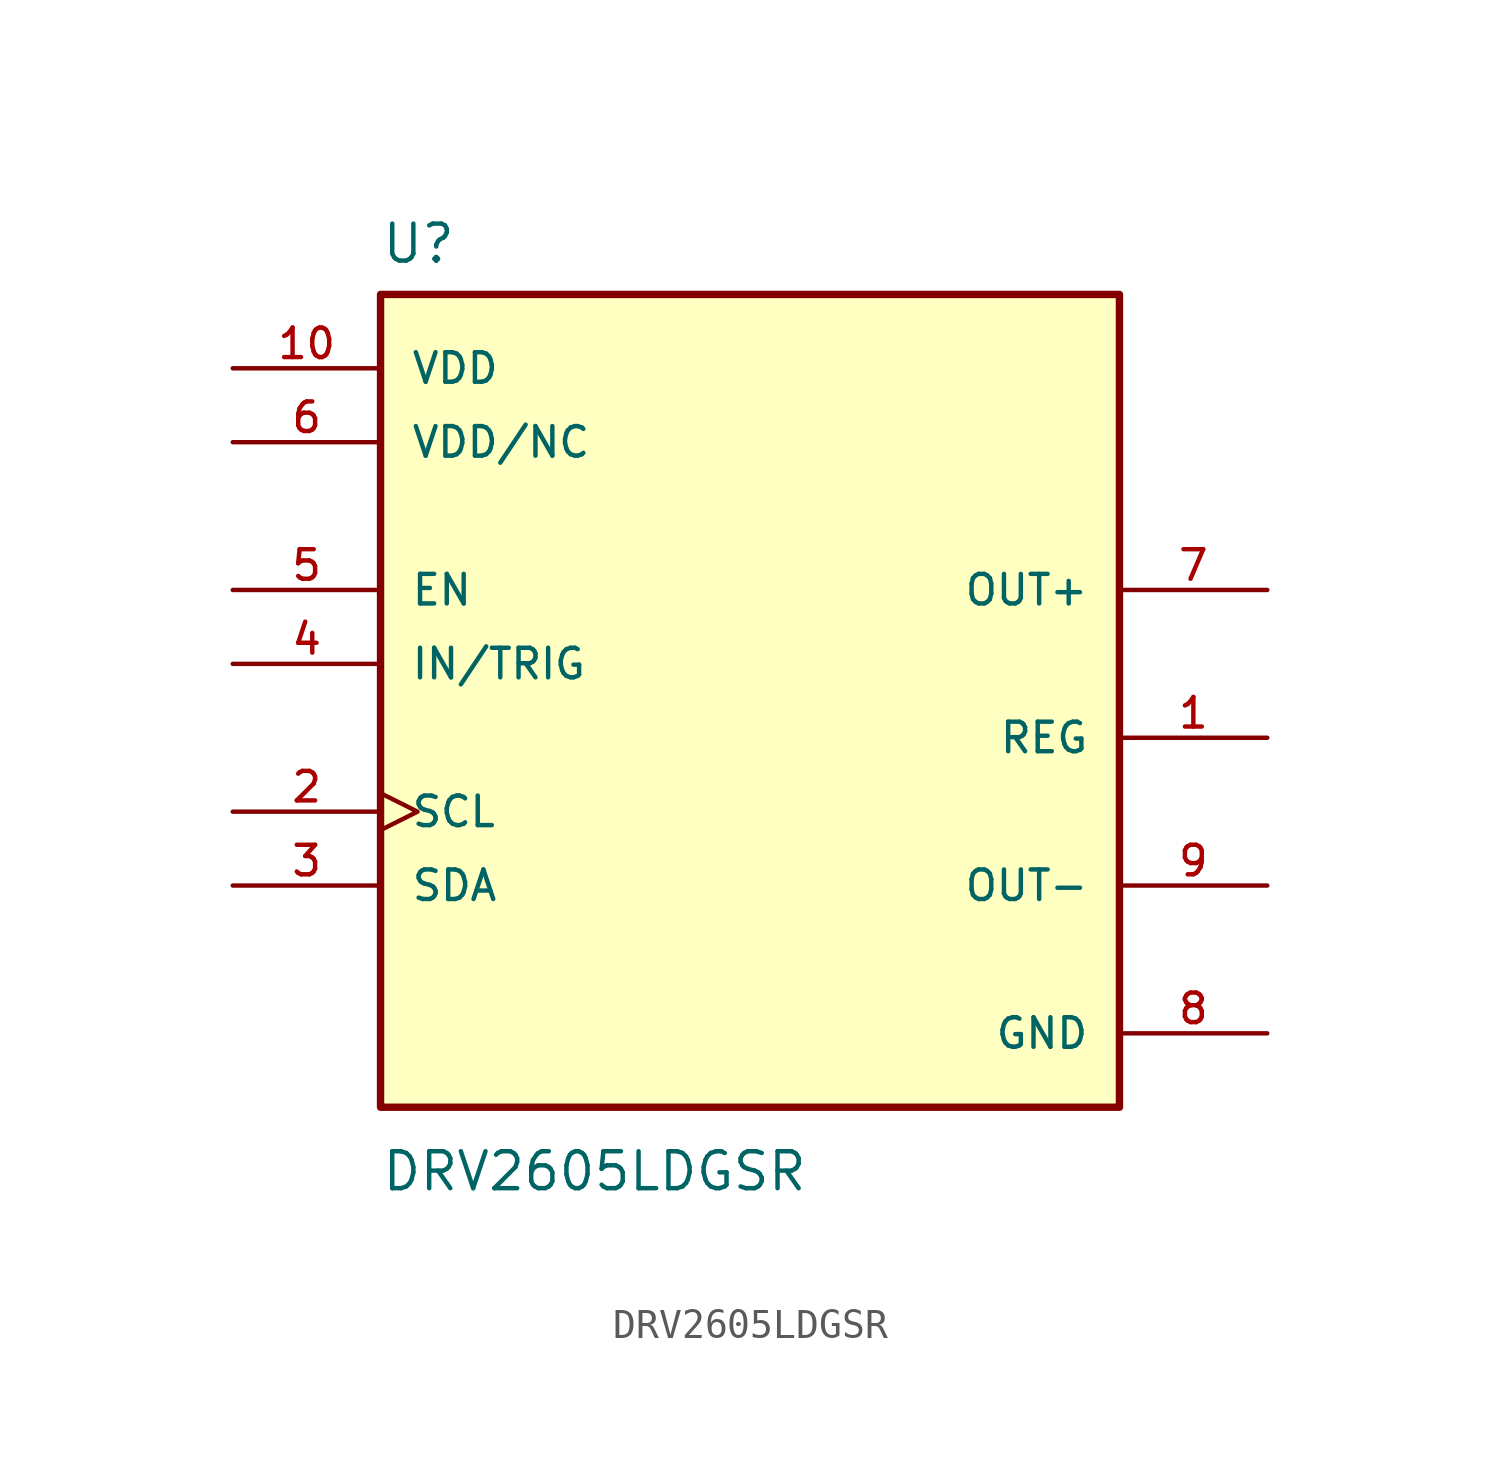
<source format=kicad_sym>
(kicad_symbol_lib
  (version 20211014)
  (generator kicad_symbol_editor)
  (symbol "DRV2605LDGSR"
    (pin_names
      (offset 1.016))
    (property "Reference" "U"
      (at -12.7 16.24 0.0)
      (effects (font (size 1.27 1.27)) (justify bottom left)))
    (property "Value" "DRV2605LDGSR"
      (at -12.7 -14.16 0.0)
      (effects (font (size 1.27 1.27)) (justify top left)))
    (symbol "DRV2605LDGSR_0_0"
      (rectangle (start -12.7 -12.7) (end 12.7 15.24) (stroke (width 0.254)) (fill (type background)))
      (pin input line (at -17.78 2.54 0) (length 5.08) (name "IN/TRIG" (effects (font (size 1.016 1.016)))) (number "4" (effects (font (size 1.016 1.016)))))
      (pin input clock (at -17.78 -2.54 0) (length 5.08) (name "SCL" (effects (font (size 1.016 1.016)))) (number "2" (effects (font (size 1.016 1.016)))))
      (pin input line (at -17.78 5.08 0) (length 5.08) (name "EN" (effects (font (size 1.016 1.016)))) (number "5" (effects (font (size 1.016 1.016)))))
      (pin output line (at 17.78 0.0 180.0) (length 5.08) (name "REG" (effects (font (size 1.016 1.016)))) (number "1" (effects (font (size 1.016 1.016)))))
      (pin bidirectional line (at -17.78 -5.08 0) (length 5.08) (name "SDA" (effects (font (size 1.016 1.016)))) (number "3" (effects (font (size 1.016 1.016)))))
      (pin power_in line (at -17.78 10.16 0) (length 5.08) (name "VDD/NC" (effects (font (size 1.016 1.016)))) (number "6" (effects (font (size 1.016 1.016)))))
      (pin output line (at 17.78 5.08 180.0) (length 5.08) (name "OUT+" (effects (font (size 1.016 1.016)))) (number "7" (effects (font (size 1.016 1.016)))))
      (pin output line (at 17.78 -5.08 180.0) (length 5.08) (name "OUT-" (effects (font (size 1.016 1.016)))) (number "9" (effects (font (size 1.016 1.016)))))
      (pin power_in line (at 17.78 -10.16 180.0) (length 5.08) (name "GND" (effects (font (size 1.016 1.016)))) (number "8" (effects (font (size 1.016 1.016)))))
      (pin power_in line (at -17.78 12.7 0) (length 5.08) (name "VDD" (effects (font (size 1.016 1.016)))) (number "10" (effects (font (size 1.016 1.016))))))))
</source>
